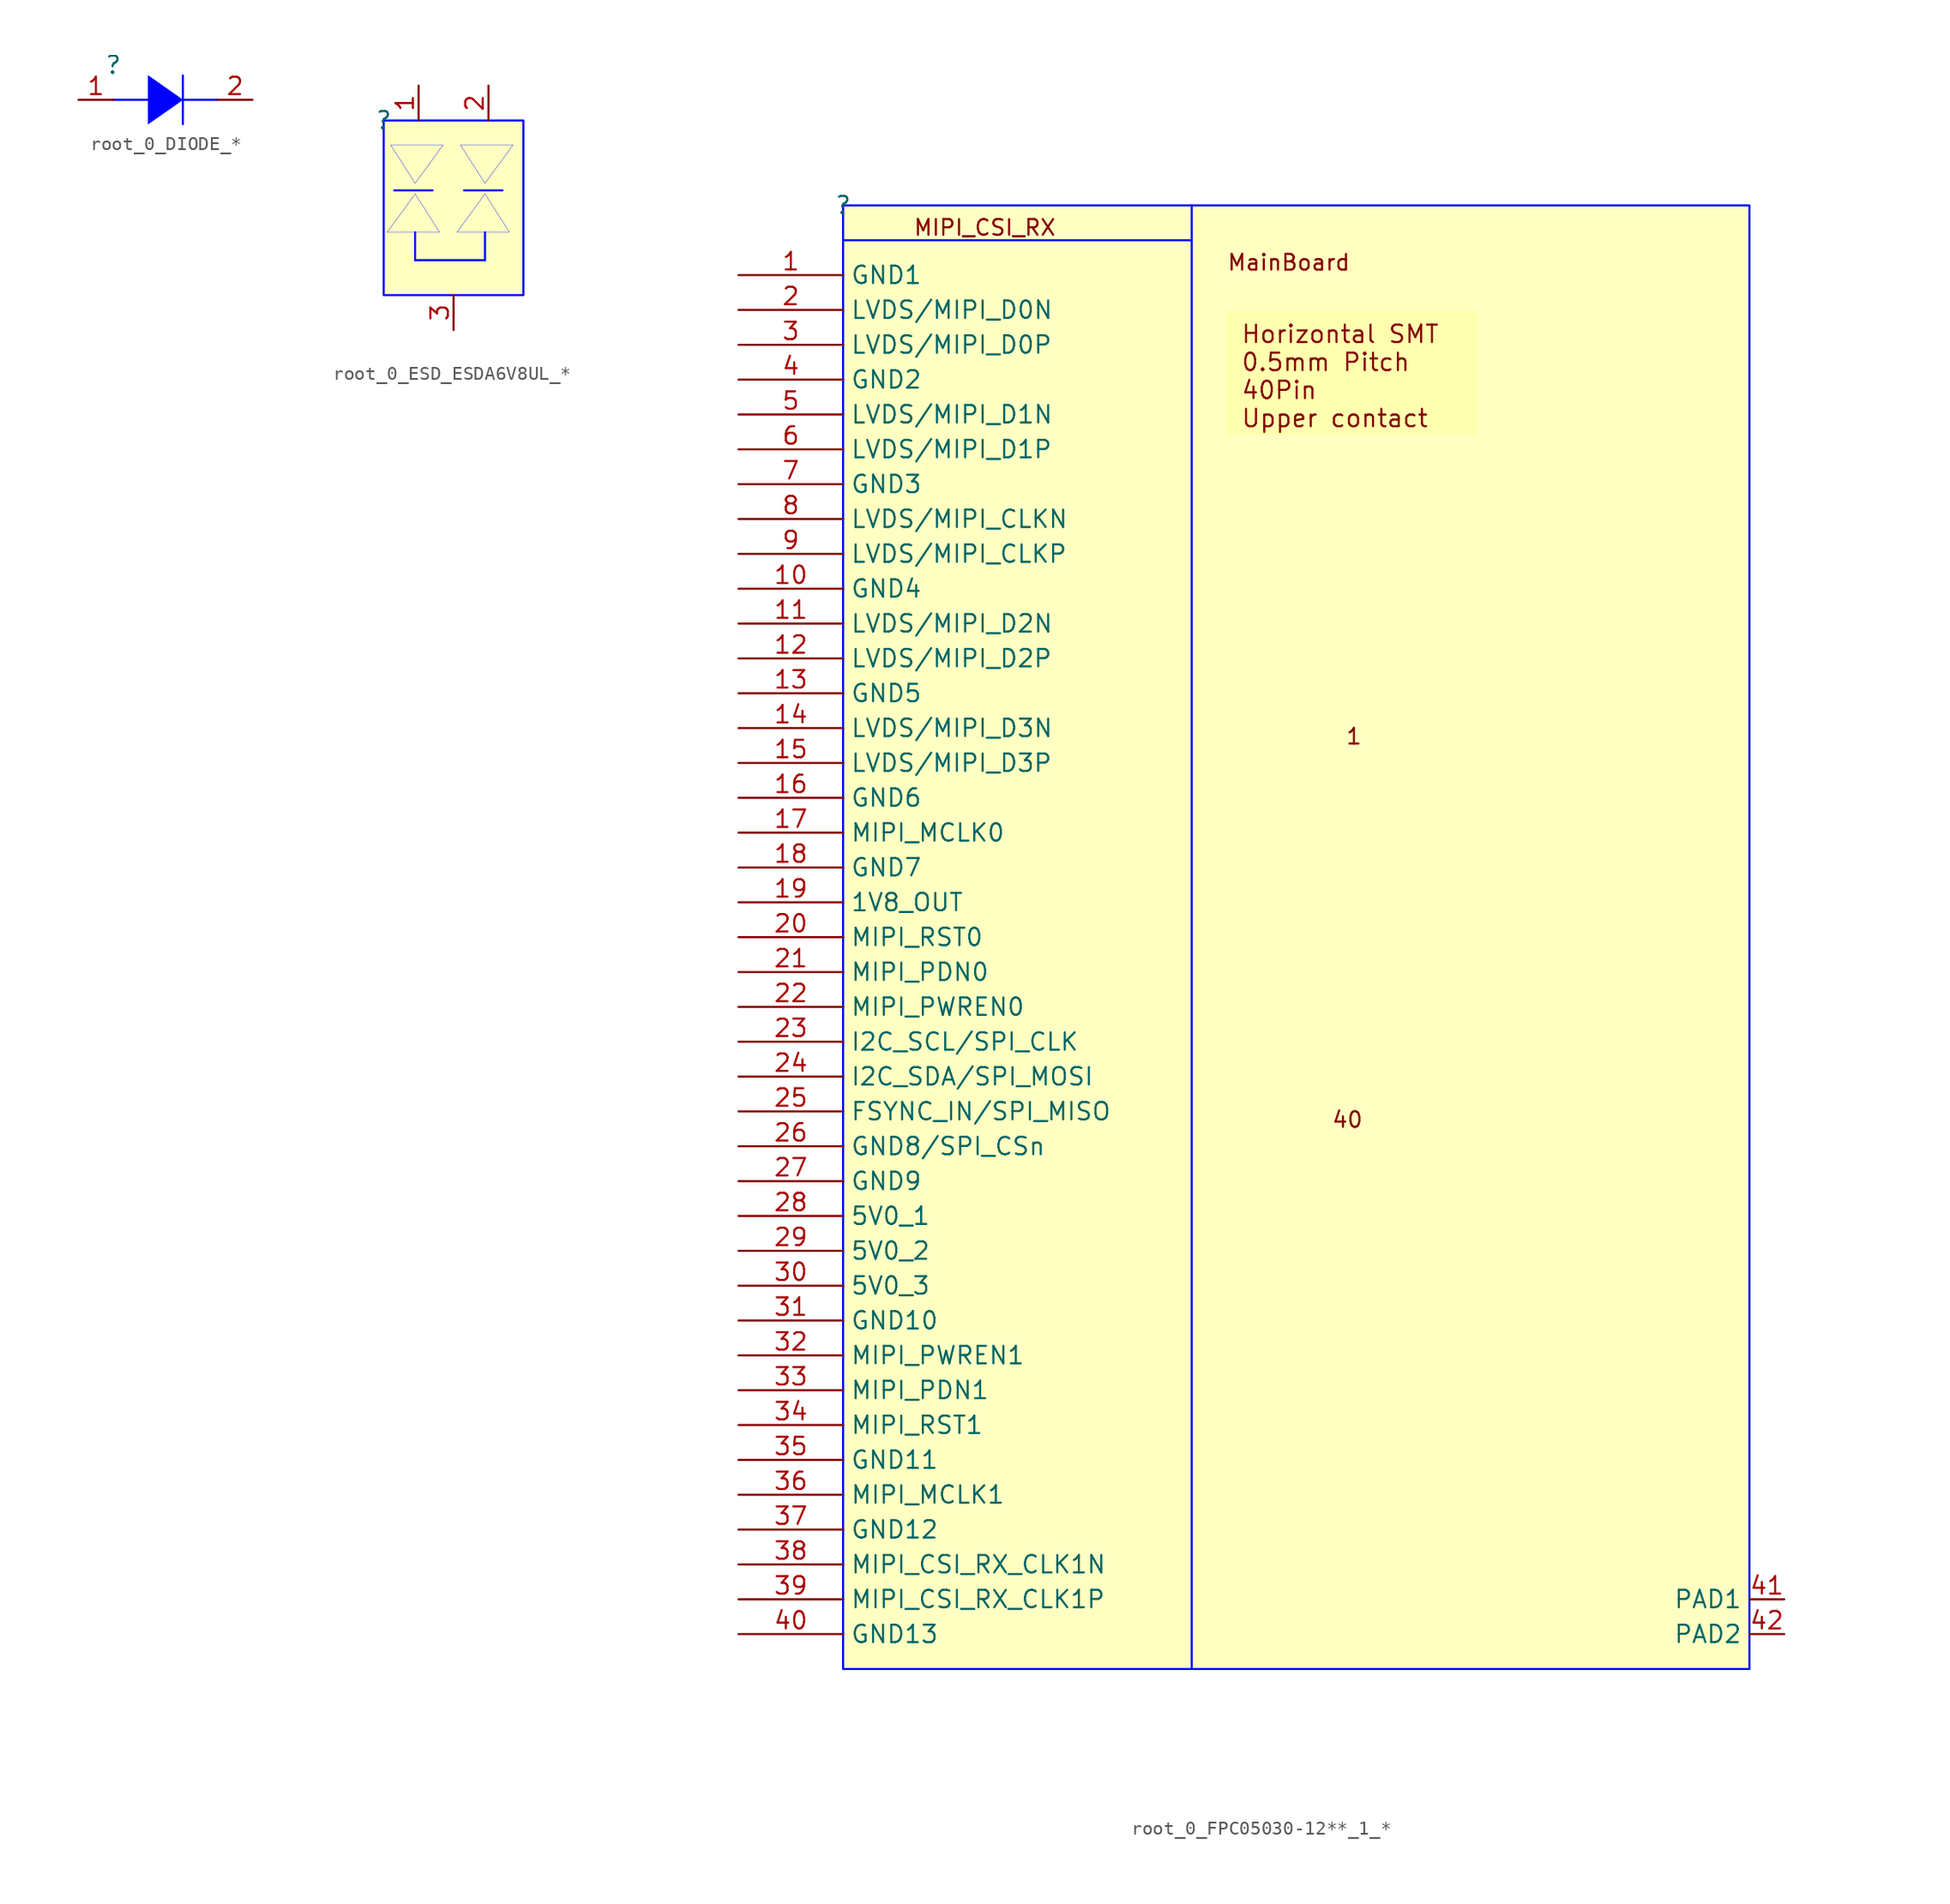
<source format=kicad_sym>
(kicad_symbol_lib
  (version 20241209)
  (generator "kicad_symbol_editor")
  (generator_version "9.0")
  (symbol "root_0_DIODE_*"
    (pin_names
      (hide yes))
    (property "Reference" ""
      (at 0 0 0)
      (effects (font (size 1.27 1.27))))
    (property "Value" ""
      (at 0 0 0)
      (effects (font (size 1.27 1.27))))
    (symbol "root_0_DIODE_*_1_0"
      (polyline (pts (xy 0 -2.54) (xy 2.54 -2.54)) (stroke (width 0) (type solid) (color 0 11 255 1)) (fill (type none)))
      (polyline (pts (xy 5.08 -0.762) (xy 5.08 -4.318)) (stroke (width 0) (type solid) (color 0 11 255 1)) (fill (type none)))
      (polyline (pts (xy 5.08 -2.54) (xy 7.62 -2.54)) (stroke (width 0) (type solid) (color 0 11 255 1)) (fill (type none)))
      (polyline (pts (xy 5.08 -2.54) (xy 5.08 -2.54) (xy 2.54 -4.318) (xy 2.54 -0.762) (xy 5.08 -2.54) (xy 5.08 -2.54)) (stroke (width 0.025) (type solid) (color 0 11 255 1)) (fill (type color) (color 0 0 255 1)))
      (pin passive line (at -2.54 -2.54 0) (length 2.54) (name "A" (effects (font (size 1.27 1.27)))) (number "1" (effects (font (size 1.27 1.27)))))
      (pin passive line (at 10.16 -2.54 180) (length 2.54) (name "K" (effects (font (size 1.27 1.27)))) (number "2" (effects (font (size 1.27 1.27)))))))
  (symbol "root_0_ESD_ESDA6V8UL_*"
    (pin_names
      (hide yes))
    (property "Reference" ""
      (at 0 0 0)
      (effects (font (size 1.27 1.27))))
    (property "Value" ""
      (at 0 0 0)
      (effects (font (size 1.27 1.27))))
    (symbol "root_0_ESD_ESDA6V8UL_*_1_0"
      (polyline (pts (xy 0.254 -8.128) (xy 0.508 -8.128) (xy 4.064 -8.128) (xy 2.286 -5.334) (xy 2.286 -5.334) (xy 2.286 -5.334) (xy 0.254 -8.128)) (stroke (width 0.025) (type solid) (color 0 11 255 1)) (fill (type color) (color 0 0 255 1)))
      (polyline (pts (xy 0.762 -5.08) (xy 3.556 -5.08)) (stroke (width 0) (type solid) (color 0 11 255 1)) (fill (type none)))
      (polyline (pts (xy 2.286 -10.16) (xy 2.286 -8.128)) (stroke (width 0) (type solid) (color 0 11 255 1)) (fill (type none)))
      (polyline (pts (xy 2.286 -10.16) (xy 2.54 -10.16) (xy 7.366 -10.16)) (stroke (width 0) (type solid) (color 0 11 255 1)) (fill (type none)))
      (polyline (pts (xy 4.318 -1.778) (xy 4.064 -1.778) (xy 0.508 -1.778) (xy 2.286 -4.572) (xy 2.286 -4.572) (xy 2.286 -4.572) (xy 4.318 -1.778)) (stroke (width 0.025) (type solid) (color 0 11 255 1)) (fill (type color) (color 0 0 255 1)))
      (polyline (pts (xy 5.334 -8.128) (xy 5.588 -8.128) (xy 9.144 -8.128) (xy 7.366 -5.334) (xy 7.366 -5.334) (xy 7.366 -5.334) (xy 5.334 -8.128)) (stroke (width 0.025) (type solid) (color 0 11 255 1)) (fill (type color) (color 0 0 255 1)))
      (polyline (pts (xy 5.842 -5.08) (xy 8.636 -5.08)) (stroke (width 0) (type solid) (color 0 11 255 1)) (fill (type none)))
      (polyline (pts (xy 7.366 -10.16) (xy 7.366 -8.128)) (stroke (width 0) (type solid) (color 0 11 255 1)) (fill (type none)))
      (polyline (pts (xy 9.398 -1.778) (xy 9.144 -1.778) (xy 5.588 -1.778) (xy 7.366 -4.572) (xy 7.366 -4.572) (xy 7.366 -4.572) (xy 9.398 -1.778)) (stroke (width 0.025) (type solid) (color 0 11 255 1)) (fill (type color) (color 0 0 255 1)))
      (rectangle (start 10.16 0) (end 0 -12.7) (stroke (width 0) (type solid) (color 0 11 255 1)) (fill (type background)))
      (pin passive line (at 2.54 2.54 270) (length 2.54) (name "1" (effects (font (size 1.27 1.27)))) (number "1" (effects (font (size 1.27 1.27)))))
      (pin passive line (at 5.08 -15.24 90) (length 2.54) (name "3" (effects (font (size 1.27 1.27)))) (number "3" (effects (font (size 1.27 1.27)))))
      (pin passive line (at 7.62 2.54 270) (length 2.54) (name "2" (effects (font (size 1.27 1.27)))) (number "2" (effects (font (size 1.27 1.27)))))))
  (symbol "root_0_FPC05030-12**_1_*"
    (property "Reference" ""
      (at 0 0 0)
      (effects (font (size 1.27 1.27))))
    (property "Value" ""
      (at 0 0 0)
      (effects (font (size 1.27 1.27))))
    (symbol "root_0_FPC05030-12**_1_*_1_0"
      (polyline (pts (xy 0 -2.54) (xy 25.4 -2.54)) (stroke (width 0) (type solid) (color 0 11 255 1)) (fill (type none)))
      (polyline (pts (xy 25.4 0) (xy 25.4 -106.68)) (stroke (width 0) (type solid) (color 0 11 255 1)) (fill (type none)))
      (rectangle (start 66.04 0) (end 0 -106.68) (stroke (width 0) (type solid) (color 0 11 255 1)) (fill (type background)))
      (text "MIPI_CSI_RX" (at 5.08 -2.286 0) (effects (font (size 1.143 1.143)) (justify left bottom)))
      (text "MainBoard" (at 27.94 -4.826 0) (effects (font (size 1.143 1.143)) (justify left bottom)))
      (text "40" (at 35.56 -67.31 0) (effects (font (size 1.143 1.143)) (justify left bottom)))
      (text "1" (at 36.576 -39.37 0) (effects (font (size 1.143 1.143)) (justify left bottom)))
      (text_box "Horizontal SMT\n0.5mm Pitch\n40Pin\nUpper contact" (at 46.228 -7.62 0) (size -18.288 -9.144) (margins 1.016 1.016 1.016 1.016) (stroke (width -0.0001) (type default)) (fill (type color) (color 255 255 176 1)) (effects (font (size 1.27 1.27)) (justify left top)))
      (pin passive line (at -7.62 -5.08 0) (length 7.62) (name "GND1" (effects (font (size 1.27 1.27)))) (number "1" (effects (font (size 1.27 1.27)))))
      (pin passive line (at -7.62 -7.62 0) (length 7.62) (name "LVDS/MIPI_D0N" (effects (font (size 1.27 1.27)))) (number "2" (effects (font (size 1.27 1.27)))))
      (pin passive line (at -7.62 -10.16 0) (length 7.62) (name "LVDS/MIPI_D0P" (effects (font (size 1.27 1.27)))) (number "3" (effects (font (size 1.27 1.27)))))
      (pin passive line (at -7.62 -12.7 0) (length 7.62) (name "GND2" (effects (font (size 1.27 1.27)))) (number "4" (effects (font (size 1.27 1.27)))))
      (pin passive line (at -7.62 -15.24 0) (length 7.62) (name "LVDS/MIPI_D1N" (effects (font (size 1.27 1.27)))) (number "5" (effects (font (size 1.27 1.27)))))
      (pin passive line (at -7.62 -17.78 0) (length 7.62) (name "LVDS/MIPI_D1P" (effects (font (size 1.27 1.27)))) (number "6" (effects (font (size 1.27 1.27)))))
      (pin passive line (at -7.62 -20.32 0) (length 7.62) (name "GND3" (effects (font (size 1.27 1.27)))) (number "7" (effects (font (size 1.27 1.27)))))
      (pin passive line (at -7.62 -22.86 0) (length 7.62) (name "LVDS/MIPI_CLKN" (effects (font (size 1.27 1.27)))) (number "8" (effects (font (size 1.27 1.27)))))
      (pin passive line (at -7.62 -25.4 0) (length 7.62) (name "LVDS/MIPI_CLKP" (effects (font (size 1.27 1.27)))) (number "9" (effects (font (size 1.27 1.27)))))
      (pin passive line (at -7.62 -27.94 0) (length 7.62) (name "GND4" (effects (font (size 1.27 1.27)))) (number "10" (effects (font (size 1.27 1.27)))))
      (pin passive line (at -7.62 -30.48 0) (length 7.62) (name "LVDS/MIPI_D2N" (effects (font (size 1.27 1.27)))) (number "11" (effects (font (size 1.27 1.27)))))
      (pin passive line (at -7.62 -33.02 0) (length 7.62) (name "LVDS/MIPI_D2P" (effects (font (size 1.27 1.27)))) (number "12" (effects (font (size 1.27 1.27)))))
      (pin passive line (at -7.62 -35.56 0) (length 7.62) (name "GND5" (effects (font (size 1.27 1.27)))) (number "13" (effects (font (size 1.27 1.27)))))
      (pin passive line (at -7.62 -38.1 0) (length 7.62) (name "LVDS/MIPI_D3N" (effects (font (size 1.27 1.27)))) (number "14" (effects (font (size 1.27 1.27)))))
      (pin passive line (at -7.62 -40.64 0) (length 7.62) (name "LVDS/MIPI_D3P" (effects (font (size 1.27 1.27)))) (number "15" (effects (font (size 1.27 1.27)))))
      (pin passive line (at -7.62 -43.18 0) (length 7.62) (name "GND6" (effects (font (size 1.27 1.27)))) (number "16" (effects (font (size 1.27 1.27)))))
      (pin passive line (at -7.62 -45.72 0) (length 7.62) (name "MIPI_MCLK0" (effects (font (size 1.27 1.27)))) (number "17" (effects (font (size 1.27 1.27)))))
      (pin passive line (at -7.62 -48.26 0) (length 7.62) (name "GND7" (effects (font (size 1.27 1.27)))) (number "18" (effects (font (size 1.27 1.27)))))
      (pin passive line (at -7.62 -50.8 0) (length 7.62) (name "1V8_OUT" (effects (font (size 1.27 1.27)))) (number "19" (effects (font (size 1.27 1.27)))))
      (pin passive line (at -7.62 -53.34 0) (length 7.62) (name "MIPI_RST0" (effects (font (size 1.27 1.27)))) (number "20" (effects (font (size 1.27 1.27)))))
      (pin passive line (at -7.62 -55.88 0) (length 7.62) (name "MIPI_PDN0" (effects (font (size 1.27 1.27)))) (number "21" (effects (font (size 1.27 1.27)))))
      (pin passive line (at -7.62 -58.42 0) (length 7.62) (name "MIPI_PWREN0" (effects (font (size 1.27 1.27)))) (number "22" (effects (font (size 1.27 1.27)))))
      (pin passive line (at -7.62 -60.96 0) (length 7.62) (name "I2C_SCL/SPI_CLK" (effects (font (size 1.27 1.27)))) (number "23" (effects (font (size 1.27 1.27)))))
      (pin passive line (at -7.62 -63.5 0) (length 7.62) (name "I2C_SDA/SPI_MOSI" (effects (font (size 1.27 1.27)))) (number "24" (effects (font (size 1.27 1.27)))))
      (pin passive line (at -7.62 -66.04 0) (length 7.62) (name "FSYNC_IN/SPI_MISO" (effects (font (size 1.27 1.27)))) (number "25" (effects (font (size 1.27 1.27)))))
      (pin passive line (at -7.62 -68.58 0) (length 7.62) (name "GND8/SPI_CSn" (effects (font (size 1.27 1.27)))) (number "26" (effects (font (size 1.27 1.27)))))
      (pin passive line (at -7.62 -71.12 0) (length 7.62) (name "GND9" (effects (font (size 1.27 1.27)))) (number "27" (effects (font (size 1.27 1.27)))))
      (pin passive line (at -7.62 -73.66 0) (length 7.62) (name "5V0_1" (effects (font (size 1.27 1.27)))) (number "28" (effects (font (size 1.27 1.27)))))
      (pin passive line (at -7.62 -76.2 0) (length 7.62) (name "5V0_2" (effects (font (size 1.27 1.27)))) (number "29" (effects (font (size 1.27 1.27)))))
      (pin passive line (at -7.62 -78.74 0) (length 7.62) (name "5V0_3" (effects (font (size 1.27 1.27)))) (number "30" (effects (font (size 1.27 1.27)))))
      (pin passive line (at -7.62 -81.28 0) (length 7.62) (name "GND10" (effects (font (size 1.27 1.27)))) (number "31" (effects (font (size 1.27 1.27)))))
      (pin passive line (at -7.62 -83.82 0) (length 7.62) (name "MIPI_PWREN1" (effects (font (size 1.27 1.27)))) (number "32" (effects (font (size 1.27 1.27)))))
      (pin passive line (at -7.62 -86.36 0) (length 7.62) (name "MIPI_PDN1" (effects (font (size 1.27 1.27)))) (number "33" (effects (font (size 1.27 1.27)))))
      (pin passive line (at -7.62 -88.9 0) (length 7.62) (name "MIPI_RST1" (effects (font (size 1.27 1.27)))) (number "34" (effects (font (size 1.27 1.27)))))
      (pin passive line (at -7.62 -91.44 0) (length 7.62) (name "GND11" (effects (font (size 1.27 1.27)))) (number "35" (effects (font (size 1.27 1.27)))))
      (pin passive line (at -7.62 -93.98 0) (length 7.62) (name "MIPI_MCLK1" (effects (font (size 1.27 1.27)))) (number "36" (effects (font (size 1.27 1.27)))))
      (pin passive line (at -7.62 -96.52 0) (length 7.62) (name "GND12" (effects (font (size 1.27 1.27)))) (number "37" (effects (font (size 1.27 1.27)))))
      (pin passive line (at -7.62 -99.06 0) (length 7.62) (name "MIPI_CSI_RX_CLK1N" (effects (font (size 1.27 1.27)))) (number "38" (effects (font (size 1.27 1.27)))))
      (pin passive line (at -7.62 -101.6 0) (length 7.62) (name "MIPI_CSI_RX_CLK1P" (effects (font (size 1.27 1.27)))) (number "39" (effects (font (size 1.27 1.27)))))
      (pin passive line (at -7.62 -104.14 0) (length 7.62) (name "GND13" (effects (font (size 1.27 1.27)))) (number "40" (effects (font (size 1.27 1.27)))))
      (pin passive line (at 68.58 -101.6 180) (length 2.54) (name "PAD1" (effects (font (size 1.27 1.27)))) (number "41" (effects (font (size 1.27 1.27)))))
      (pin passive line (at 68.58 -104.14 180) (length 2.54) (name "PAD2" (effects (font (size 1.27 1.27)))) (number "42" (effects (font (size 1.27 1.27))))))))
</source>
